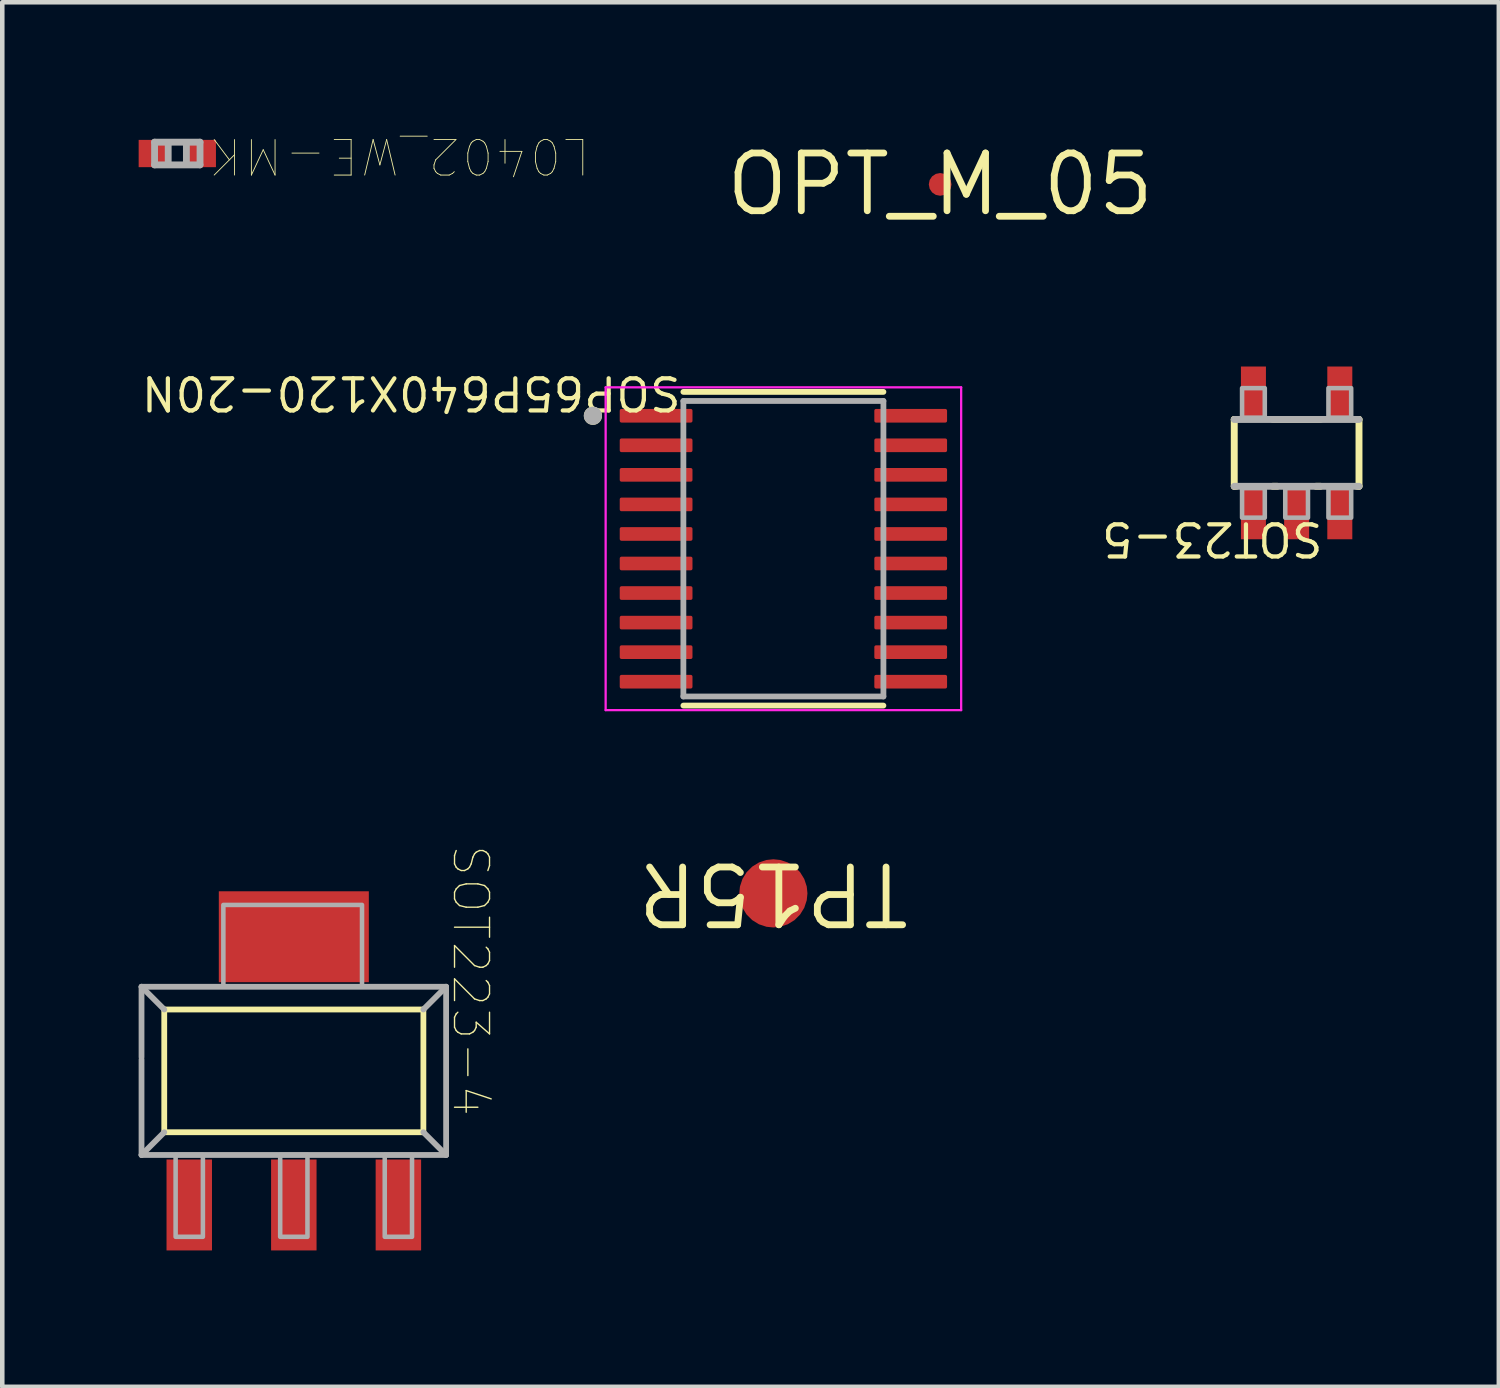
<source format=kicad_pcb>
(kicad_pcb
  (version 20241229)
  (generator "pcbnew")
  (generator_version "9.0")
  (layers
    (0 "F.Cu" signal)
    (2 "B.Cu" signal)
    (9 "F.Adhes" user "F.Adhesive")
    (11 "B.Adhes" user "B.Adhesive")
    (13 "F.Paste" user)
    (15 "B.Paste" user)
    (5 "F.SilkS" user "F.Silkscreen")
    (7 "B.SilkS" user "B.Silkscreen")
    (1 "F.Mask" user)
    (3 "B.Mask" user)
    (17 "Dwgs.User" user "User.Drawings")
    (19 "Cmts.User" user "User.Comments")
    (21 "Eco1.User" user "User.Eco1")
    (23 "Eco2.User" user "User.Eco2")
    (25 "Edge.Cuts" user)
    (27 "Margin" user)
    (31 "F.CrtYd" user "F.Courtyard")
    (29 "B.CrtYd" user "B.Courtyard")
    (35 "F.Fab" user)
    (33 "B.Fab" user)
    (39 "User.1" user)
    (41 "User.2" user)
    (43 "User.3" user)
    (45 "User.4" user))
  (footprint "SOP65P640X120-20N"
    (layer "F.Cu")
    (at 14.182 9.02)
    (property "Reference" "SOP65P640X120-20N" (at -2.2 -3.84 180) (unlocked yes) (layer "F.SilkS") (effects (font (size 0.707 0.707) (thickness 0.093)) (justify left bottom)))
    (fp_line (start -2.2 -3.45) (end 2.2 -3.45) (stroke (width 0.127) (type solid)) (layer "F.SilkS"))
    (fp_line (start -2.2 3.45) (end 2.2 3.45) (stroke (width 0.127) (type solid)) (layer "F.SilkS"))
    (fp_circle (center -4.19 -2.925) (end -4.09 -2.925) (stroke (width 0.2) (type solid)) (fill no) (layer "F.SilkS"))
    (fp_line (start -3.91 -3.55) (end -3.91 3.55) (stroke (width 0.05) (type solid)) (layer "F.CrtYd"))
    (fp_line (start -3.91 -3.55) (end 3.91 -3.55) (stroke (width 0.05) (type solid)) (layer "F.CrtYd"))
    (fp_line (start -3.91 3.55) (end 3.91 3.55) (stroke (width 0.05) (type solid)) (layer "F.CrtYd"))
    (fp_line (start 3.91 -3.55) (end 3.91 3.55) (stroke (width 0.05) (type solid)) (layer "F.CrtYd"))
    (fp_line (start -2.2 -3.25) (end -2.2 3.25) (stroke (width 0.127) (type solid)) (layer "F.Fab"))
    (fp_line (start -2.2 -3.25) (end 2.2 -3.25) (stroke (width 0.127) (type solid)) (layer "F.Fab"))
    (fp_line (start -2.2 3.25) (end 2.2 3.25) (stroke (width 0.127) (type solid)) (layer "F.Fab"))
    (fp_line (start 2.2 -3.25) (end 2.2 3.25) (stroke (width 0.127) (type solid)) (layer "F.Fab"))
    (fp_circle (center -4.19 -2.925) (end -4.09 -2.925) (stroke (width 0.2) (type solid)) (fill no) (layer "F.Fab"))
    (pad "1" smd roundrect (at -2.8 -2.925 180) (size 1.6 0.3) (layers "F.Cu" "F.Mask" "F.Paste") (roundrect_rratio 0.125))
    (pad "2" smd roundrect (at -2.8 -2.275 180) (size 1.6 0.3) (layers "F.Cu" "F.Mask" "F.Paste") (roundrect_rratio 0.125))
    (pad "3" smd roundrect (at -2.8 -1.625 180) (size 1.6 0.3) (layers "F.Cu" "F.Mask" "F.Paste") (roundrect_rratio 0.125))
    (pad "4" smd roundrect (at -2.8 -0.975 180) (size 1.6 0.3) (layers "F.Cu" "F.Mask" "F.Paste") (roundrect_rratio 0.125))
    (pad "5" smd roundrect (at -2.8 -0.325 180) (size 1.6 0.3) (layers "F.Cu" "F.Mask" "F.Paste") (roundrect_rratio 0.125))
    (pad "6" smd roundrect (at -2.8 0.325 180) (size 1.6 0.3) (layers "F.Cu" "F.Mask" "F.Paste") (roundrect_rratio 0.125))
    (pad "7" smd roundrect (at -2.8 0.975 180) (size 1.6 0.3) (layers "F.Cu" "F.Mask" "F.Paste") (roundrect_rratio 0.125))
    (pad "8" smd roundrect (at -2.8 1.625 180) (size 1.6 0.3) (layers "F.Cu" "F.Mask" "F.Paste") (roundrect_rratio 0.125))
    (pad "9" smd roundrect (at -2.8 2.275 180) (size 1.6 0.3) (layers "F.Cu" "F.Mask" "F.Paste") (roundrect_rratio 0.125))
    (pad "10" smd roundrect (at -2.8 2.925 180) (size 1.6 0.3) (layers "F.Cu" "F.Mask" "F.Paste") (roundrect_rratio 0.125))
    (pad "11" smd roundrect (at 2.8 2.925 180) (size 1.6 0.3) (layers "F.Cu" "F.Mask" "F.Paste") (roundrect_rratio 0.125))
    (pad "12" smd roundrect (at 2.8 2.275 180) (size 1.6 0.3) (layers "F.Cu" "F.Mask" "F.Paste") (roundrect_rratio 0.125))
    (pad "13" smd roundrect (at 2.8 1.625 180) (size 1.6 0.3) (layers "F.Cu" "F.Mask" "F.Paste") (roundrect_rratio 0.125))
    (pad "14" smd roundrect (at 2.8 0.975 180) (size 1.6 0.3) (layers "F.Cu" "F.Mask" "F.Paste") (roundrect_rratio 0.125))
    (pad "15" smd roundrect (at 2.8 0.325 180) (size 1.6 0.3) (layers "F.Cu" "F.Mask" "F.Paste") (roundrect_rratio 0.125))
    (pad "16" smd roundrect (at 2.8 -0.325 180) (size 1.6 0.3) (layers "F.Cu" "F.Mask" "F.Paste") (roundrect_rratio 0.125))
    (pad "17" smd roundrect (at 2.8 -0.975 180) (size 1.6 0.3) (layers "F.Cu" "F.Mask" "F.Paste") (roundrect_rratio 0.125))
    (pad "18" smd roundrect (at 2.8 -1.625 180) (size 1.6 0.3) (layers "F.Cu" "F.Mask" "F.Paste") (roundrect_rratio 0.125))
    (pad "19" smd roundrect (at 2.8 -2.275 180) (size 1.6 0.3) (layers "F.Cu" "F.Mask" "F.Paste") (roundrect_rratio 0.125))
    (pad "20" smd roundrect (at 2.8 -2.925 180) (size 1.6 0.3) (layers "F.Cu" "F.Mask" "F.Paste") (roundrect_rratio 0.125)))
  (footprint "OPT_M_05"
    (layer "F.Cu")
    (at 17.63 1.006)
    (property "Reference" "OPT_M_05" (at 0 0 0) (unlocked yes) (layer "F.SilkS") (effects (font (size 1.27 1.27) (thickness 0.15))))
    (pad "P$1" smd roundrect (at 0 0) (size 0.5 0.5) (layers "F.Cu" "F.Mask") (roundrect_rratio 0.5)))
  (footprint "L0402_WE-MK"
    (layer "F.Cu")
    (at 0.85 0.327)
    (property "Reference" "L0402_WE-MK" (at 0.65 0.51 180) (unlocked yes) (layer "F.SilkS") (effects (font (size 0.781 0.781) (thickness 0.019)) (justify right top)))
    (fp_line (start -0.5 -0.25) (end -0.5 0.25) (stroke (width 0.15) (type solid)) (layer "F.Fab"))
    (fp_line (start -0.5 0.25) (end 0.5 0.25) (stroke (width 0.15) (type solid)) (layer "F.Fab"))
    (fp_line (start -0.2 -0.2) (end -0.2 0.2) (stroke (width 0.15) (type solid)) (layer "F.Fab"))
    (fp_line (start 0.2 -0.2) (end 0.2 0.2) (stroke (width 0.15) (type solid)) (layer "F.Fab"))
    (fp_line (start 0.5 -0.25) (end -0.5 -0.25) (stroke (width 0.15) (type solid)) (layer "F.Fab"))
    (fp_line (start 0.5 0.25) (end 0.5 -0.25) (stroke (width 0.15) (type solid)) (layer "F.Fab"))
    (pad "P$1" smd rect (at -0.55 0) (size 0.6 0.6) (layers "F.Cu" "F.Mask" "F.Paste"))
    (pad "P$2" smd rect (at 0.55 0) (size 0.6 0.6) (layers "F.Cu" "F.Mask" "F.Paste")))
  (footprint "TP15R"
    (layer "F.Cu")
    (at 13.961 16.601)
    (property "Reference" "TP15R" (at 0 0 180) (unlocked yes) (layer "F.SilkS") (effects (font (size 1.27 1.27) (thickness 0.15))))
    (pad "P$1" smd roundrect (at 0 0 180) (size 1.5 1.5) (layers "F.Cu" "F.Mask") (roundrect_rratio 0.5)))
  (footprint "SOT23-5"
    (layer "F.Cu")
    (at 25.471 6.912)
    (property "Reference" "SOT23-5" (at 0.63 1.48 180) (unlocked yes) (layer "F.SilkS") (effects (font (size 0.707 0.707) (thickness 0.093)) (justify left bottom)))
    (fp_line (start -1.372 -0.735) (end -1.328 -0.735) (stroke (width 0.152) (type solid)) (layer "F.SilkS"))
    (fp_line (start -1.372 0.735) (end -1.372 -0.735) (stroke (width 0.152) (type solid)) (layer "F.SilkS"))
    (fp_line (start -1.328 0.735) (end -1.372 0.735) (stroke (width 0.152) (type solid)) (layer "F.SilkS"))
    (fp_line (start -0.522 -0.735) (end 0.522 -0.735) (stroke (width 0.152) (type solid)) (layer "F.SilkS"))
    (fp_line (start -0.428 0.735) (end -0.522 0.735) (stroke (width 0.152) (type solid)) (layer "F.SilkS"))
    (fp_line (start 0.522 0.735) (end 0.428 0.735) (stroke (width 0.152) (type solid)) (layer "F.SilkS"))
    (fp_line (start 1.328 -0.735) (end 1.372 -0.735) (stroke (width 0.152) (type solid)) (layer "F.SilkS"))
    (fp_line (start 1.372 -0.735) (end 1.372 0.735) (stroke (width 0.152) (type solid)) (layer "F.SilkS"))
    (fp_line (start 1.372 0.735) (end 1.328 0.735) (stroke (width 0.152) (type solid)) (layer "F.SilkS"))
    (fp_line (start -1.372 -0.735) (end 1.372 -0.735) (stroke (width 0.152) (type solid)) (layer "F.Fab"))
    (fp_line (start 1.372 0.735) (end -1.372 0.735) (stroke (width 0.152) (type solid)) (layer "F.Fab"))
    (fp_poly (pts (xy -1.2 -0.775) (xy -0.7 -0.775) (xy -0.7 -1.425) (xy -1.2 -1.425)) (stroke (width 0.1) (type default)) (fill no) (layer "F.Fab"))
    (fp_poly (pts (xy -1.2 1.425) (xy -0.7 1.425) (xy -0.7 0.775) (xy -1.2 0.775)) (stroke (width 0.1) (type default)) (fill no) (layer "F.Fab"))
    (fp_poly (pts (xy -0.25 1.425) (xy 0.25 1.425) (xy 0.25 0.775) (xy -0.25 0.775)) (stroke (width 0.1) (type default)) (fill no) (layer "F.Fab"))
    (fp_poly (pts (xy 0.7 -0.775) (xy 1.2 -0.775) (xy 1.2 -1.425) (xy 0.7 -1.425)) (stroke (width 0.1) (type default)) (fill no) (layer "F.Fab"))
    (fp_poly (pts (xy 0.7 1.425) (xy 1.2 1.425) (xy 1.2 0.775) (xy 0.7 0.775)) (stroke (width 0.1) (type default)) (fill no) (layer "F.Fab"))
    (pad "1" smd rect (at -0.95 1.3) (size 0.55 1.2) (layers "F.Cu" "F.Mask" "F.Paste"))
    (pad "2" smd rect (at 0 1.3) (size 0.55 1.2) (layers "F.Cu" "F.Mask" "F.Paste"))
    (pad "3" smd rect (at 0.95 1.3) (size 0.55 1.2) (layers "F.Cu" "F.Mask" "F.Paste"))
    (pad "4" smd rect (at 0.95 -1.3) (size 0.55 1.2) (layers "F.Cu" "F.Mask" "F.Paste"))
    (pad "5" smd rect (at -0.95 -1.3) (size 0.55 1.2) (layers "F.Cu" "F.Mask" "F.Paste")))
  (footprint "SOT223-4"
    (layer "F.Cu")
    (at 3.413 20.505)
    (property "Reference" "SOT223-4" (at 4.34 1.04 270) (unlocked yes) (layer "F.SilkS") (effects (font (size 0.77 0.77) (thickness 0.03)) (justify right top)))
    (fp_line (start -2.85 -1.35) (end 2.85 -1.35) (stroke (width 0.127) (type solid)) (layer "F.SilkS"))
    (fp_line (start -2.85 1.35) (end -2.85 -1.35) (stroke (width 0.127) (type solid)) (layer "F.SilkS"))
    (fp_line (start 2.85 -1.35) (end 2.85 1.35) (stroke (width 0.127) (type solid)) (layer "F.SilkS"))
    (fp_line (start 2.85 1.35) (end -2.85 1.35) (stroke (width 0.127) (type solid)) (layer "F.SilkS"))
    (fp_line (start -3.35 -1.85) (end 3.35 -1.85) (stroke (width 0.127) (type solid)) (layer "F.Fab"))
    (fp_line (start -3.35 -0.3) (end -3.35 -1.85) (stroke (width 0.127) (type solid)) (layer "F.Fab"))
    (fp_line (start -3.35 1.85) (end -3.35 -0.25) (stroke (width 0.127) (type solid)) (layer "F.Fab"))
    (fp_line (start -3.35 1.85) (end -2.85 1.35) (stroke (width 0.127) (type solid)) (layer "F.Fab"))
    (fp_line (start -2.85 -1.35) (end -3.35 -1.85) (stroke (width 0.127) (type solid)) (layer "F.Fab"))
    (fp_line (start 3.35 -1.85) (end 2.85 -1.35) (stroke (width 0.127) (type solid)) (layer "F.Fab"))
    (fp_line (start 3.35 -1.85) (end 3.35 1.85) (stroke (width 0.127) (type solid)) (layer "F.Fab"))
    (fp_line (start 3.35 1.85) (end -3.35 1.85) (stroke (width 0.127) (type solid)) (layer "F.Fab"))
    (fp_line (start 3.35 1.85) (end 2.85 1.35) (stroke (width 0.127) (type solid)) (layer "F.Fab"))
    (fp_poly (pts (xy -2.6 3.65) (xy -2 3.65) (xy -2 1.85) (xy -2.6 1.85)) (stroke (width 0.1) (type default)) (fill no) (layer "F.Fab"))
    (fp_poly (pts (xy -1.55 -1.85) (xy 1.5 -1.85) (xy 1.5 -3.65) (xy -1.55 -3.65)) (stroke (width 0.1) (type default)) (fill no) (layer "F.Fab"))
    (fp_poly (pts (xy -0.3 3.65) (xy 0.3 3.65) (xy 0.3 1.85) (xy -0.3 1.85)) (stroke (width 0.1) (type default)) (fill no) (layer "F.Fab"))
    (fp_poly (pts (xy 2 3.65) (xy 2.6 3.65) (xy 2.6 1.85) (xy 2 1.85)) (stroke (width 0.1) (type default)) (fill no) (layer "F.Fab"))
    (pad "1" smd rect (at -2.3 2.95) (size 1 2) (layers "F.Cu" "F.Mask" "F.Paste"))
    (pad "2" smd rect (at 0 2.95) (size 1 2) (layers "F.Cu" "F.Mask" "F.Paste"))
    (pad "3" smd rect (at 2.3 2.95) (size 1 2) (layers "F.Cu" "F.Mask" "F.Paste"))
    (pad "4" smd rect (at 0 -2.95) (size 3.3 2) (layers "F.Cu" "F.Mask" "F.Paste")))
  (gr_rect
    (start -3 -3)
    (end 29.919 27.455)
    (stroke (width 0.1) (type default))
    (fill no)
    (layer "Edge.Cuts")))
</source>
